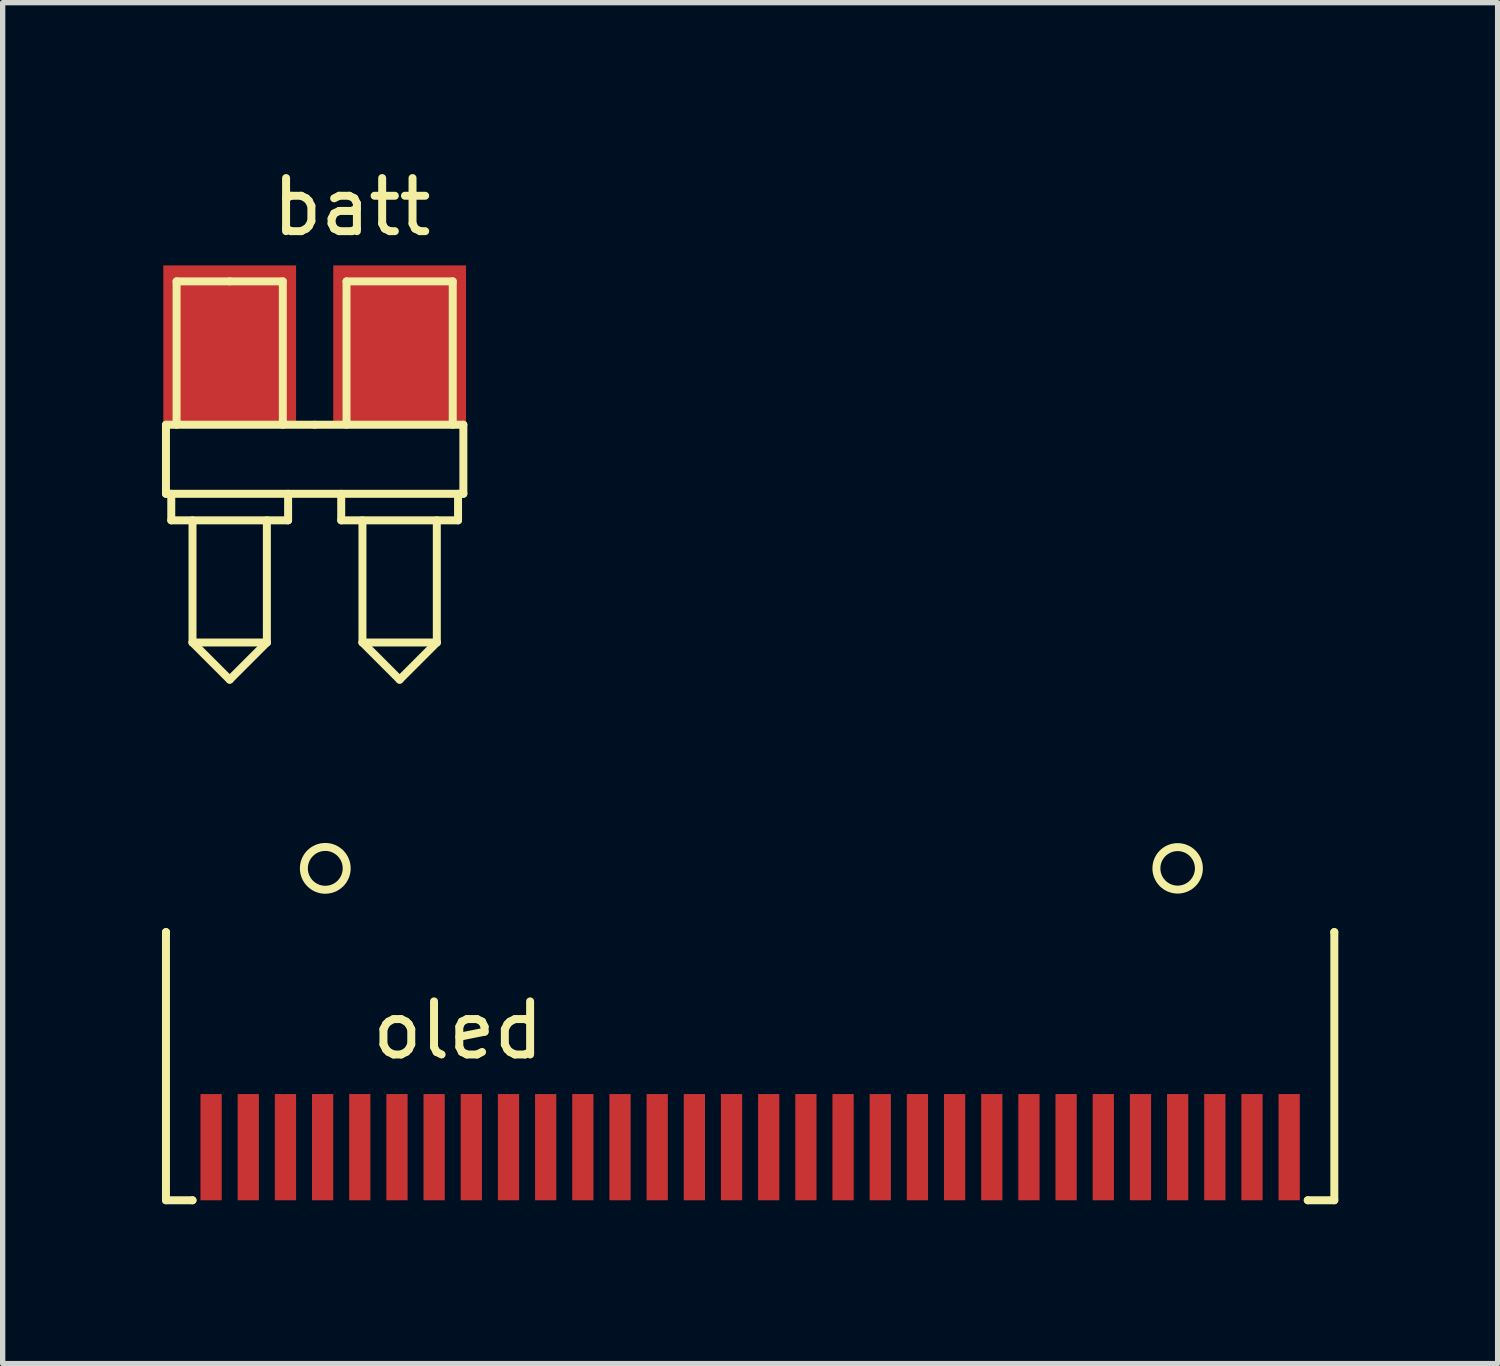
<source format=kicad_pcb>
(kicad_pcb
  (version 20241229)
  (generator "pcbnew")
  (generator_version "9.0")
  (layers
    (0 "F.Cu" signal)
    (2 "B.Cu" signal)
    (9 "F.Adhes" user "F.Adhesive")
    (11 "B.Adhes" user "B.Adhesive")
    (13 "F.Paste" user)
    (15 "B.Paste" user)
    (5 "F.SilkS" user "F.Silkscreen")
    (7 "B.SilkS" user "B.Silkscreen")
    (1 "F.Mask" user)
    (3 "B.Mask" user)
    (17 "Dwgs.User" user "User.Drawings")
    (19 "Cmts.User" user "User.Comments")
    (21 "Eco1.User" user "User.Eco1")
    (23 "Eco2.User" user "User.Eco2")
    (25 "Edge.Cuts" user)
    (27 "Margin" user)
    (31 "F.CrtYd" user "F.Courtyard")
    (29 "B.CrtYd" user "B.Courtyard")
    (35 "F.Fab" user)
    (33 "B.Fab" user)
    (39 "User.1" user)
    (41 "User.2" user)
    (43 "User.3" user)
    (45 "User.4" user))
  (footprint "oled"
    (layer "F.Cu")
    (at 11.075 18.551)
    (property "Reference" "oled" (at -5.5 -2.2 0) (layer "F.SilkS") (effects (font (size 1 1) (thickness 0.15))))
    (attr through_hole)
    (fp_line (start -11 -4.05) (end -11 -4.05) (stroke (width 0.15) (type solid)) (layer "F.SilkS"))
    (fp_line (start -11 1) (end -11 -4.05) (stroke (width 0.15) (type solid)) (layer "F.SilkS"))
    (fp_line (start -11 1) (end -10.5 1) (stroke (width 0.15) (type solid)) (layer "F.SilkS"))
    (fp_line (start -10.5 1) (end -10.5 1) (stroke (width 0.15) (type solid)) (layer "F.SilkS"))
    (fp_line (start 10.5 1) (end 10.5 1) (stroke (width 0.15) (type solid)) (layer "F.SilkS"))
    (fp_line (start 11 -4.05) (end 11 -4.05) (stroke (width 0.15) (type solid)) (layer "F.SilkS"))
    (fp_line (start 11 1) (end 10.5 1) (stroke (width 0.15) (type solid)) (layer "F.SilkS"))
    (fp_line (start 11 1) (end 11 -4.05) (stroke (width 0.15) (type solid)) (layer "F.SilkS"))
    (fp_circle (center -8 -5.25) (end -8.4 -5.2) (stroke (width 0.15) (type solid)) (fill no) (layer "F.SilkS"))
    (fp_circle (center 8.05 -5.25) (end 8.45 -5.25) (stroke (width 0.15) (type solid)) (fill no) (layer "F.SilkS"))
    (pad "1" smd rect (at -10.15 0) (size 0.4 2) (layers "F.Cu" "F.Mask" "F.Paste"))
    (pad "2" smd rect (at -9.45 0) (size 0.4 2) (layers "F.Cu" "F.Mask" "F.Paste"))
    (pad "3" smd rect (at -8.75 0) (size 0.4 2) (layers "F.Cu" "F.Mask" "F.Paste"))
    (pad "4" smd rect (at -8.05 0) (size 0.4 2) (layers "F.Cu" "F.Mask" "F.Paste"))
    (pad "5" smd rect (at -7.35 0) (size 0.4 2) (layers "F.Cu" "F.Mask" "F.Paste"))
    (pad "6" smd rect (at -6.65 0) (size 0.4 2) (layers "F.Cu" "F.Mask" "F.Paste"))
    (pad "7" smd rect (at -5.95 0) (size 0.4 2) (layers "F.Cu" "F.Mask" "F.Paste"))
    (pad "8" smd rect (at -5.25 0) (size 0.4 2) (layers "F.Cu" "F.Mask" "F.Paste"))
    (pad "9" smd rect (at -4.55 0) (size 0.4 2) (layers "F.Cu" "F.Mask" "F.Paste"))
    (pad "10" smd rect (at -3.85 0) (size 0.4 2) (layers "F.Cu" "F.Mask" "F.Paste"))
    (pad "11" smd rect (at -3.15 0) (size 0.4 2) (layers "F.Cu" "F.Mask" "F.Paste"))
    (pad "12" smd rect (at -2.45 0) (size 0.4 2) (layers "F.Cu" "F.Mask" "F.Paste"))
    (pad "13" smd rect (at -1.75 0) (size 0.4 2) (layers "F.Cu" "F.Mask" "F.Paste"))
    (pad "14" smd rect (at -1.05 0) (size 0.4 2) (layers "F.Cu" "F.Mask" "F.Paste"))
    (pad "15" smd rect (at -0.35 0) (size 0.4 2) (layers "F.Cu" "F.Mask" "F.Paste"))
    (pad "16" smd rect (at 0.35 0) (size 0.4 2) (layers "F.Cu" "F.Mask" "F.Paste"))
    (pad "17" smd rect (at 1.05 0) (size 0.4 2) (layers "F.Cu" "F.Mask" "F.Paste"))
    (pad "18" smd rect (at 1.75 0) (size 0.4 2) (layers "F.Cu" "F.Mask" "F.Paste"))
    (pad "19" smd rect (at 2.45 0) (size 0.4 2) (layers "F.Cu" "F.Mask" "F.Paste"))
    (pad "20" smd rect (at 3.15 0) (size 0.4 2) (layers "F.Cu" "F.Mask" "F.Paste"))
    (pad "21" smd rect (at 3.85 0) (size 0.4 2) (layers "F.Cu" "F.Mask" "F.Paste"))
    (pad "22" smd rect (at 4.55 0) (size 0.4 2) (layers "F.Cu" "F.Mask" "F.Paste"))
    (pad "23" smd rect (at 5.25 0) (size 0.4 2) (layers "F.Cu" "F.Mask" "F.Paste"))
    (pad "24" smd rect (at 5.95 0) (size 0.4 2) (layers "F.Cu" "F.Mask" "F.Paste"))
    (pad "25" smd rect (at 6.65 0) (size 0.4 2) (layers "F.Cu" "F.Mask" "F.Paste"))
    (pad "26" smd rect (at 7.35 0) (size 0.4 2) (layers "F.Cu" "F.Mask" "F.Paste"))
    (pad "27" smd rect (at 8.05 0) (size 0.4 2) (layers "F.Cu" "F.Mask" "F.Paste"))
    (pad "28" smd rect (at 8.75 0) (size 0.4 2) (layers "F.Cu" "F.Mask" "F.Paste"))
    (pad "29" smd rect (at 9.45 0) (size 0.4 2) (layers "F.Cu" "F.Mask" "F.Paste"))
    (pad "30" smd rect (at 10.15 0) (size 0.4 2) (layers "F.Cu" "F.Mask" "F.Paste")))
  (footprint "batt"
    (layer "F.Cu")
    (at 2.875 3.448)
    (property "Reference" "batt" (at 0.7 -2.6 0) (layer "F.SilkS") (effects (font (size 1 1) (thickness 0.15))))
    (attr through_hole)
    (fp_line (start -2.8 1.5) (end -2.8 2.8) (stroke (width 0.15) (type solid)) (layer "F.SilkS"))
    (fp_line (start -2.8 2.8) (end 2.8 2.8) (stroke (width 0.15) (type solid)) (layer "F.SilkS"))
    (fp_line (start -2.7 2.8) (end -2.7 3.3) (stroke (width 0.15) (type solid)) (layer "F.SilkS"))
    (fp_line (start -2.7 3.3) (end -0.5 3.3) (stroke (width 0.15) (type solid)) (layer "F.SilkS"))
    (fp_line (start -2.6 -1.2) (end -2.6 1.5) (stroke (width 0.15) (type solid)) (layer "F.SilkS"))
    (fp_line (start -2.3 3.3) (end -2.3 5.6) (stroke (width 0.15) (type solid)) (layer "F.SilkS"))
    (fp_line (start -2.3 5.6) (end -1.6 6.3) (stroke (width 0.15) (type solid)) (layer "F.SilkS"))
    (fp_line (start -2.3 5.6) (end -0.9 5.6) (stroke (width 0.15) (type solid)) (layer "F.SilkS"))
    (fp_line (start -1.6 -1.2) (end -2.6 -1.2) (stroke (width 0.15) (type solid)) (layer "F.SilkS"))
    (fp_line (start -1.6 -1.2) (end -0.6 -1.2) (stroke (width 0.15) (type solid)) (layer "F.SilkS"))
    (fp_line (start -1.6 6.3) (end -0.9 5.6) (stroke (width 0.15) (type solid)) (layer "F.SilkS"))
    (fp_line (start -0.9 5.6) (end -0.9 3.3) (stroke (width 0.15) (type solid)) (layer "F.SilkS"))
    (fp_line (start -0.6 -1.2) (end -0.6 1.5) (stroke (width 0.15) (type solid)) (layer "F.SilkS"))
    (fp_line (start -0.5 3.3) (end -0.5 2.8) (stroke (width 0.15) (type solid)) (layer "F.SilkS"))
    (fp_line (start 0 1.5) (end -2.8 1.5) (stroke (width 0.15) (type solid)) (layer "F.SilkS"))
    (fp_line (start 0.5 3.3) (end 0.5 2.8) (stroke (width 0.15) (type solid)) (layer "F.SilkS"))
    (fp_line (start 0.6 -1.2) (end 2.6 -1.2) (stroke (width 0.15) (type solid)) (layer "F.SilkS"))
    (fp_line (start 0.6 1.5) (end 0.6 -1.2) (stroke (width 0.15) (type solid)) (layer "F.SilkS"))
    (fp_line (start 0.9 5.6) (end 0.9 3.3) (stroke (width 0.15) (type solid)) (layer "F.SilkS"))
    (fp_line (start 0.9 5.6) (end 2.3 5.6) (stroke (width 0.15) (type solid)) (layer "F.SilkS"))
    (fp_line (start 1.6 6.3) (end 0.9 5.6) (stroke (width 0.15) (type solid)) (layer "F.SilkS"))
    (fp_line (start 2.3 3.3) (end 2.3 5.6) (stroke (width 0.15) (type solid)) (layer "F.SilkS"))
    (fp_line (start 2.3 5.6) (end 1.6 6.3) (stroke (width 0.15) (type solid)) (layer "F.SilkS"))
    (fp_line (start 2.6 -1.2) (end 2.6 1.5) (stroke (width 0.15) (type solid)) (layer "F.SilkS"))
    (fp_line (start 2.7 2.8) (end 2.7 3.3) (stroke (width 0.15) (type solid)) (layer "F.SilkS"))
    (fp_line (start 2.7 3.3) (end 0.5 3.3) (stroke (width 0.15) (type solid)) (layer "F.SilkS"))
    (fp_line (start 2.8 1.5) (end 0 1.5) (stroke (width 0.15) (type solid)) (layer "F.SilkS"))
    (fp_line (start 2.8 2.8) (end 2.8 1.5) (stroke (width 0.15) (type solid)) (layer "F.SilkS"))
    (pad "1" smd rect (at -1.6 0) (size 2.5 3) (layers "F.Cu" "F.Mask" "F.Paste"))
    (pad "2" smd rect (at 1.6 0) (size 2.5 3) (layers "F.Cu" "F.Mask" "F.Paste")))
  (gr_rect
    (start -3 -3)
    (end 25.15 22.626)
    (stroke (width 0.1) (type default))
    (fill no)
    (layer "Edge.Cuts")))
</source>
